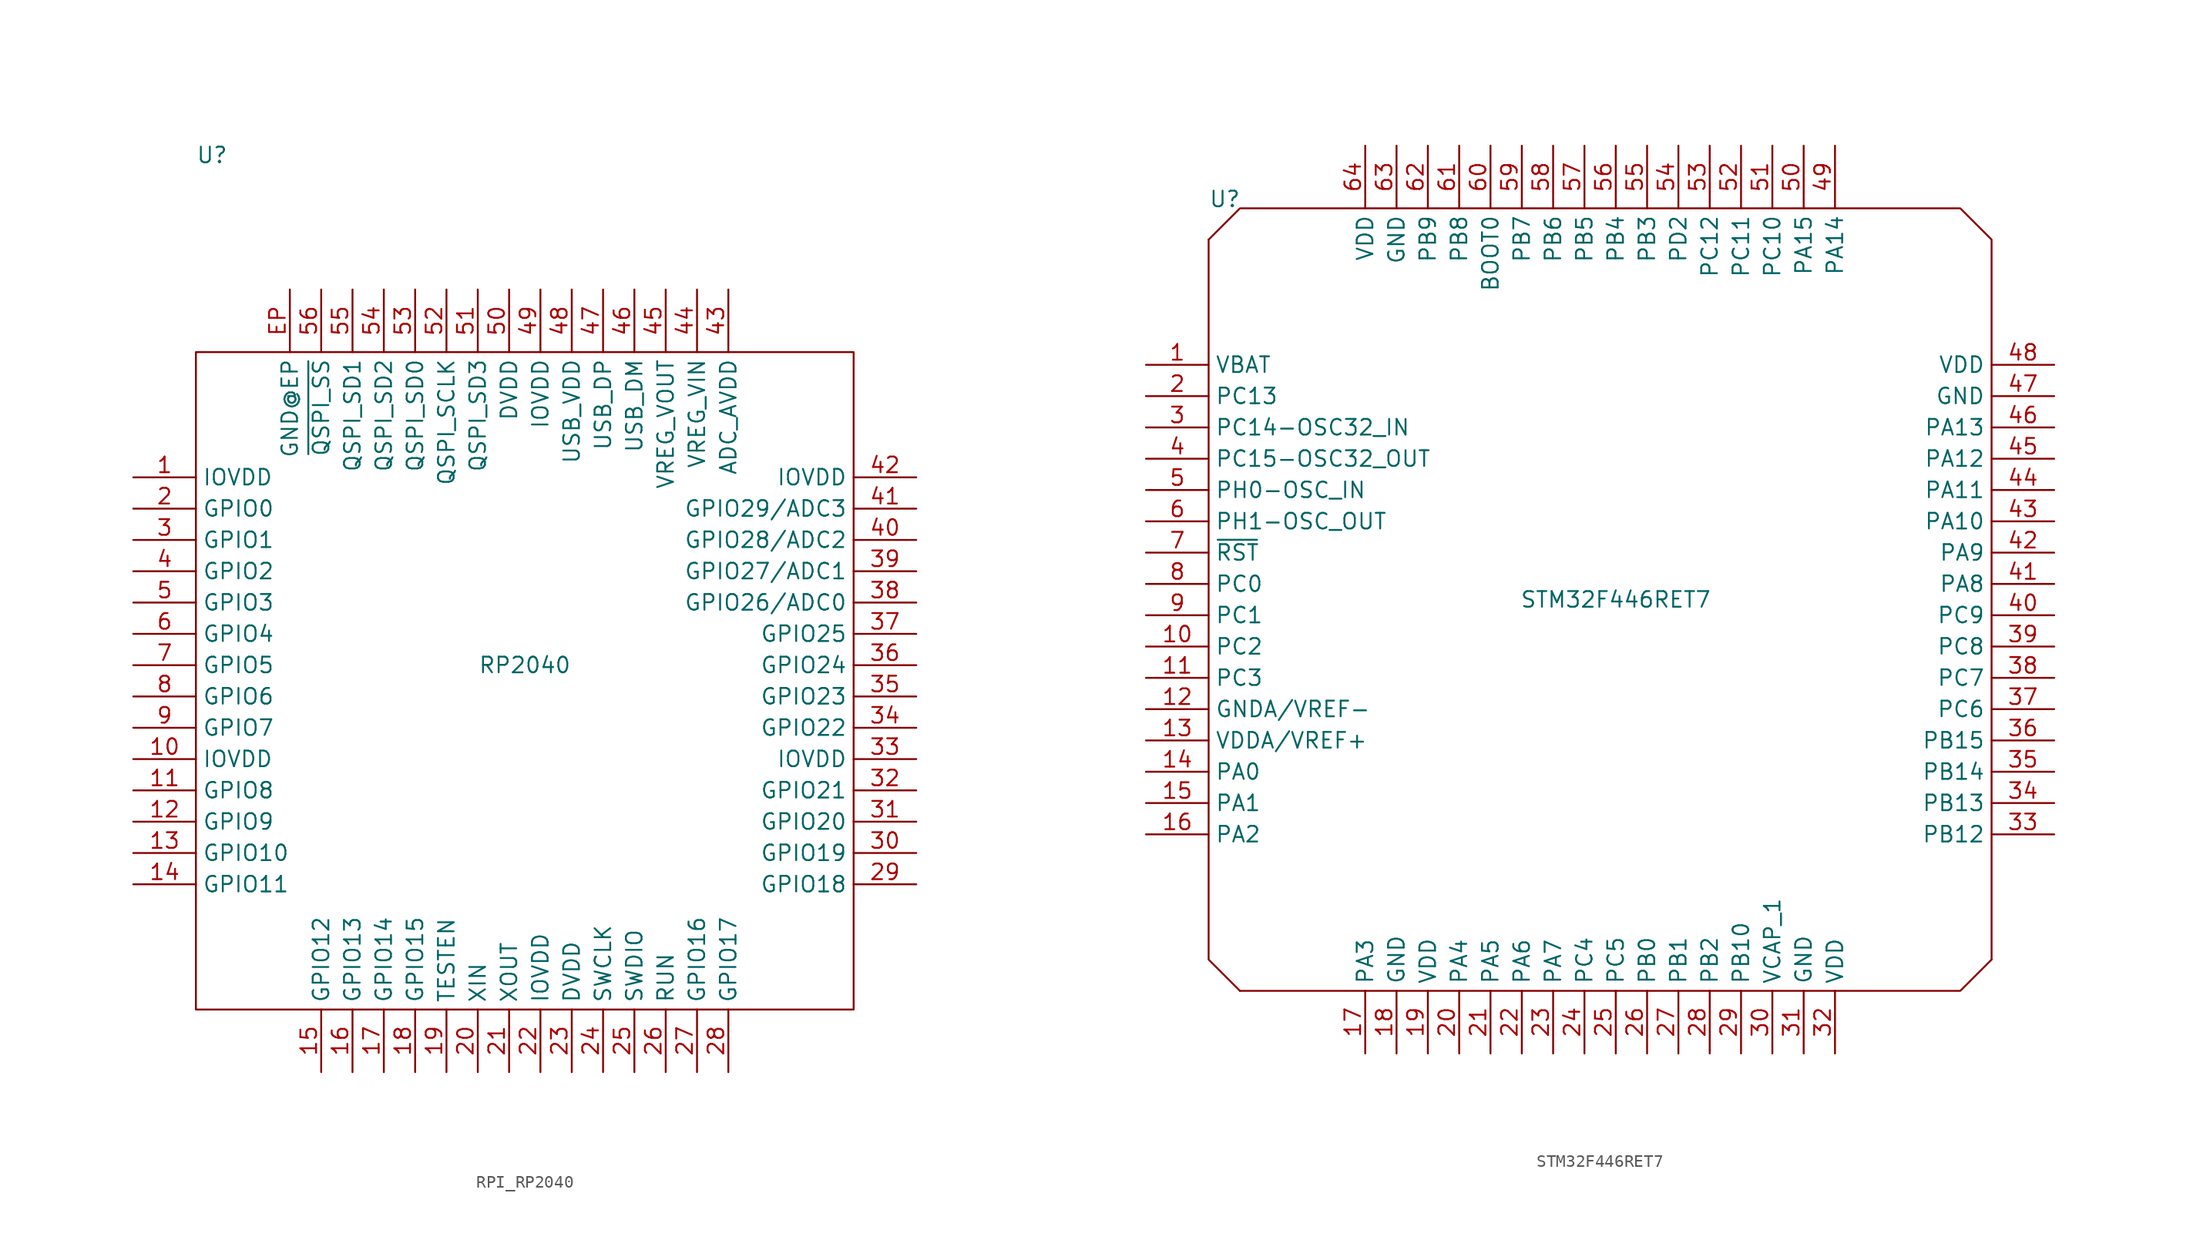
<source format=kicad_sym>
(kicad_symbol_lib
  (version 20220914)
  (generator kicad_symbol_editor)
  (symbol "RPI_RP2040"
    (property "Reference" "U"
      (at 5.08 25.4 0)
      (effects (font (size 1.27 1.27)) (justify left bottom)))
    (property "Value" "RP2040"
      (at 31.75 -15.24 0)
      (effects (font (size 1.27 1.27))))
    (symbol "RPI_RP2040_0_1"
      (rectangle (start 5.08 10.16) (end 58.42 -43.18) (stroke (width 0) (type default)) (fill (type none))))
    (symbol "RPI_RP2040_1_1"
      (pin power_in line (at 0 0 0) (length 5.08) (name "IOVDD" (effects (font (size 1.27 1.27)))) (number "1" (effects (font (size 1.27 1.27)))))
      (pin power_in line (at 0 -22.86 0) (length 5.08) (name "IOVDD" (effects (font (size 1.27 1.27)))) (number "10" (effects (font (size 1.27 1.27)))))
      (pin bidirectional line (at 0 -25.4 0) (length 5.08) (name "GPIO8" (effects (font (size 1.27 1.27)))) (number "11" (effects (font (size 1.27 1.27)))))
      (pin bidirectional line (at 0 -27.94 0) (length 5.08) (name "GPIO9" (effects (font (size 1.27 1.27)))) (number "12" (effects (font (size 1.27 1.27)))))
      (pin bidirectional line (at 0 -30.48 0) (length 5.08) (name "GPIO10" (effects (font (size 1.27 1.27)))) (number "13" (effects (font (size 1.27 1.27)))))
      (pin bidirectional line (at 0 -33.02 0) (length 5.08) (name "GPIO11" (effects (font (size 1.27 1.27)))) (number "14" (effects (font (size 1.27 1.27)))))
      (pin bidirectional line (at 15.24 -48.26 90) (length 5.08) (name "GPIO12" (effects (font (size 1.27 1.27)))) (number "15" (effects (font (size 1.27 1.27)))))
      (pin bidirectional line (at 17.78 -48.26 90) (length 5.08) (name "GPIO13" (effects (font (size 1.27 1.27)))) (number "16" (effects (font (size 1.27 1.27)))))
      (pin bidirectional line (at 20.32 -48.26 90) (length 5.08) (name "GPIO14" (effects (font (size 1.27 1.27)))) (number "17" (effects (font (size 1.27 1.27)))))
      (pin power_in line (at 22.86 -48.26 90) (length 5.08) (name "GPIO15" (effects (font (size 1.27 1.27)))) (number "18" (effects (font (size 1.27 1.27)))))
      (pin input line (at 25.4 -48.26 90) (length 5.08) (name "TESTEN" (effects (font (size 1.27 1.27)))) (number "19" (effects (font (size 1.27 1.27)))))
      (pin bidirectional line (at 0 -2.54 0) (length 5.08) (name "GPIO0" (effects (font (size 1.27 1.27)))) (number "2" (effects (font (size 1.27 1.27)))))
      (pin input line (at 27.94 -48.26 90) (length 5.08) (name "XIN" (effects (font (size 1.27 1.27)))) (number "20" (effects (font (size 1.27 1.27)))))
      (pin output line (at 30.48 -48.26 90) (length 5.08) (name "XOUT" (effects (font (size 1.27 1.27)))) (number "21" (effects (font (size 1.27 1.27)))))
      (pin power_in line (at 33.02 -48.26 90) (length 5.08) (name "IOVDD" (effects (font (size 1.27 1.27)))) (number "22" (effects (font (size 1.27 1.27)))))
      (pin power_in line (at 35.56 -48.26 90) (length 5.08) (name "DVDD" (effects (font (size 1.27 1.27)))) (number "23" (effects (font (size 1.27 1.27)))))
      (pin input line (at 38.1 -48.26 90) (length 5.08) (name "SWCLK" (effects (font (size 1.27 1.27)))) (number "24" (effects (font (size 1.27 1.27)))))
      (pin bidirectional line (at 40.64 -48.26 90) (length 5.08) (name "SWDIO" (effects (font (size 1.27 1.27)))) (number "25" (effects (font (size 1.27 1.27)))))
      (pin input line (at 43.18 -48.26 90) (length 5.08) (name "RUN" (effects (font (size 1.27 1.27)))) (number "26" (effects (font (size 1.27 1.27)))))
      (pin bidirectional line (at 45.72 -48.26 90) (length 5.08) (name "GPIO16" (effects (font (size 1.27 1.27)))) (number "27" (effects (font (size 1.27 1.27)))))
      (pin bidirectional line (at 48.26 -48.26 90) (length 5.08) (name "GPIO17" (effects (font (size 1.27 1.27)))) (number "28" (effects (font (size 1.27 1.27)))))
      (pin bidirectional line (at 63.5 -33.02 180) (length 5.08) (name "GPIO18" (effects (font (size 1.27 1.27)))) (number "29" (effects (font (size 1.27 1.27)))))
      (pin bidirectional line (at 0 -5.08 0) (length 5.08) (name "GPIO1" (effects (font (size 1.27 1.27)))) (number "3" (effects (font (size 1.27 1.27)))))
      (pin bidirectional line (at 63.5 -30.48 180) (length 5.08) (name "GPIO19" (effects (font (size 1.27 1.27)))) (number "30" (effects (font (size 1.27 1.27)))))
      (pin bidirectional line (at 63.5 -27.94 180) (length 5.08) (name "GPIO20" (effects (font (size 1.27 1.27)))) (number "31" (effects (font (size 1.27 1.27)))))
      (pin bidirectional line (at 63.5 -25.4 180) (length 5.08) (name "GPIO21" (effects (font (size 1.27 1.27)))) (number "32" (effects (font (size 1.27 1.27)))))
      (pin power_in line (at 63.5 -22.86 180) (length 5.08) (name "IOVDD" (effects (font (size 1.27 1.27)))) (number "33" (effects (font (size 1.27 1.27)))))
      (pin bidirectional line (at 63.5 -20.32 180) (length 5.08) (name "GPIO22" (effects (font (size 1.27 1.27)))) (number "34" (effects (font (size 1.27 1.27)))))
      (pin bidirectional line (at 63.5 -17.78 180) (length 5.08) (name "GPIO23" (effects (font (size 1.27 1.27)))) (number "35" (effects (font (size 1.27 1.27)))))
      (pin bidirectional line (at 63.5 -15.24 180) (length 5.08) (name "GPIO24" (effects (font (size 1.27 1.27)))) (number "36" (effects (font (size 1.27 1.27)))))
      (pin bidirectional line (at 63.5 -12.7 180) (length 5.08) (name "GPIO25" (effects (font (size 1.27 1.27)))) (number "37" (effects (font (size 1.27 1.27)))))
      (pin bidirectional line (at 63.5 -10.16 180) (length 5.08) (name "GPIO26/ADC0" (effects (font (size 1.27 1.27)))) (number "38" (effects (font (size 1.27 1.27)))))
      (pin bidirectional line (at 63.5 -7.62 180) (length 5.08) (name "GPIO27/ADC1" (effects (font (size 1.27 1.27)))) (number "39" (effects (font (size 1.27 1.27)))))
      (pin bidirectional line (at 0 -7.62 0) (length 5.08) (name "GPIO2" (effects (font (size 1.27 1.27)))) (number "4" (effects (font (size 1.27 1.27)))))
      (pin bidirectional line (at 63.5 -5.08 180) (length 5.08) (name "GPIO28/ADC2" (effects (font (size 1.27 1.27)))) (number "40" (effects (font (size 1.27 1.27)))))
      (pin bidirectional line (at 63.5 -2.54 180) (length 5.08) (name "GPIO29/ADC3" (effects (font (size 1.27 1.27)))) (number "41" (effects (font (size 1.27 1.27)))))
      (pin power_in line (at 63.5 0 180) (length 5.08) (name "IOVDD" (effects (font (size 1.27 1.27)))) (number "42" (effects (font (size 1.27 1.27)))))
      (pin power_in line (at 48.26 15.24 270) (length 5.08) (name "ADC_AVDD" (effects (font (size 1.27 1.27)))) (number "43" (effects (font (size 1.27 1.27)))))
      (pin power_in line (at 45.72 15.24 270) (length 5.08) (name "VREG_VIN" (effects (font (size 1.27 1.27)))) (number "44" (effects (font (size 1.27 1.27)))))
      (pin power_out line (at 43.18 15.24 270) (length 5.08) (name "VREG_VOUT" (effects (font (size 1.27 1.27)))) (number "45" (effects (font (size 1.27 1.27)))))
      (pin bidirectional line (at 40.64 15.24 270) (length 5.08) (name "USB_DM" (effects (font (size 1.27 1.27)))) (number "46" (effects (font (size 1.27 1.27)))))
      (pin bidirectional line (at 38.1 15.24 270) (length 5.08) (name "USB_DP" (effects (font (size 1.27 1.27)))) (number "47" (effects (font (size 1.27 1.27)))))
      (pin power_in line (at 35.56 15.24 270) (length 5.08) (name "USB_VDD" (effects (font (size 1.27 1.27)))) (number "48" (effects (font (size 1.27 1.27)))))
      (pin power_in line (at 33.02 15.24 270) (length 5.08) (name "IOVDD" (effects (font (size 1.27 1.27)))) (number "49" (effects (font (size 1.27 1.27)))))
      (pin bidirectional line (at 0 -10.16 0) (length 5.08) (name "GPIO3" (effects (font (size 1.27 1.27)))) (number "5" (effects (font (size 1.27 1.27)))))
      (pin power_in line (at 30.48 15.24 270) (length 5.08) (name "DVDD" (effects (font (size 1.27 1.27)))) (number "50" (effects (font (size 1.27 1.27)))))
      (pin bidirectional line (at 27.94 15.24 270) (length 5.08) (name "QSPI_SD3" (effects (font (size 1.27 1.27)))) (number "51" (effects (font (size 1.27 1.27)))))
      (pin bidirectional line (at 25.4 15.24 270) (length 5.08) (name "QSPI_SCLK" (effects (font (size 1.27 1.27)))) (number "52" (effects (font (size 1.27 1.27)))))
      (pin bidirectional line (at 22.86 15.24 270) (length 5.08) (name "QSPI_SD0" (effects (font (size 1.27 1.27)))) (number "53" (effects (font (size 1.27 1.27)))))
      (pin bidirectional line (at 20.32 15.24 270) (length 5.08) (name "QSPI_SD2" (effects (font (size 1.27 1.27)))) (number "54" (effects (font (size 1.27 1.27)))))
      (pin bidirectional line (at 17.78 15.24 270) (length 5.08) (name "QSPI_SD1" (effects (font (size 1.27 1.27)))) (number "55" (effects (font (size 1.27 1.27)))))
      (pin bidirectional line (at 15.24 15.24 270) (length 5.08) (name "~{QSPI_SS}" (effects (font (size 1.27 1.27)))) (number "56" (effects (font (size 1.27 1.27)))))
      (pin bidirectional line (at 0 -12.7 0) (length 5.08) (name "GPIO4" (effects (font (size 1.27 1.27)))) (number "6" (effects (font (size 1.27 1.27)))))
      (pin bidirectional line (at 0 -15.24 0) (length 5.08) (name "GPIO5" (effects (font (size 1.27 1.27)))) (number "7" (effects (font (size 1.27 1.27)))))
      (pin bidirectional line (at 0 -17.78 0) (length 5.08) (name "GPIO6" (effects (font (size 1.27 1.27)))) (number "8" (effects (font (size 1.27 1.27)))))
      (pin bidirectional line (at 0 -20.32 0) (length 5.08) (name "GPIO7" (effects (font (size 1.27 1.27)))) (number "9" (effects (font (size 1.27 1.27)))))
      (pin power_in line (at 12.7 15.24 270) (length 5.08) (name "GND@EP" (effects (font (size 1.27 1.27)))) (number "EP" (effects (font (size 1.27 1.27)))))))
  (symbol "STM32F446RET7"
    (property "Reference" "U"
      (at 5.08 12.7 0)
      (effects (font (size 1.27 1.27)) (justify left bottom)))
    (property "Value" "STM32F446RET7"
      (at 38.1 -19.05 0)
      (effects (font (size 1.27 1.27))))
    (symbol "STM32F446RET7_0_1"
      (polyline (pts (xy 7.62 -50.8) (xy 17.78 -50.8)) (stroke (width 0.152) (type default)) (fill (type none)))
      (polyline (pts (xy 5.08 10.16) (xy 5.08 -48.26) (xy 7.62 -50.8)) (stroke (width 0.152) (type default)) (fill (type none)))
      (polyline (pts (xy 17.78 -50.8) (xy 58.42 -50.8) (xy 66.04 -50.8) (xy 68.58 -48.26)) (stroke (width 0.152) (type default)) (fill (type none)))
      (polyline (pts (xy 68.58 -48.26) (xy 68.58 10.16) (xy 66.04 12.7) (xy 7.62 12.7) (xy 5.08 10.16)) (stroke (width 0.152) (type default)) (fill (type none))))
    (symbol "STM32F446RET7_1_1"
      (pin power_in line (at 0 0 0) (length 5.08) (name "VBAT" (effects (font (size 1.27 1.27)))) (number "1" (effects (font (size 1.27 1.27)))))
      (pin bidirectional line (at 0 -22.86 0) (length 5.08) (name "PC2" (effects (font (size 1.27 1.27)))) (number "10" (effects (font (size 1.27 1.27)))))
      (pin bidirectional line (at 0 -25.4 0) (length 5.08) (name "PC3" (effects (font (size 1.27 1.27)))) (number "11" (effects (font (size 1.27 1.27)))))
      (pin power_in line (at 0 -27.94 0) (length 5.08) (name "GNDA/VREF-" (effects (font (size 1.27 1.27)))) (number "12" (effects (font (size 1.27 1.27)))))
      (pin power_in line (at 0 -30.48 0) (length 5.08) (name "VDDA/VREF+" (effects (font (size 1.27 1.27)))) (number "13" (effects (font (size 1.27 1.27)))))
      (pin bidirectional line (at 0 -33.02 0) (length 5.08) (name "PA0" (effects (font (size 1.27 1.27)))) (number "14" (effects (font (size 1.27 1.27)))))
      (pin bidirectional line (at 0 -35.56 0) (length 5.08) (name "PA1" (effects (font (size 1.27 1.27)))) (number "15" (effects (font (size 1.27 1.27)))))
      (pin bidirectional line (at 0 -38.1 0) (length 5.08) (name "PA2" (effects (font (size 1.27 1.27)))) (number "16" (effects (font (size 1.27 1.27)))))
      (pin bidirectional line (at 17.78 -55.88 90) (length 5.08) (name "PA3" (effects (font (size 1.27 1.27)))) (number "17" (effects (font (size 1.27 1.27)))))
      (pin power_in line (at 20.32 -55.88 90) (length 5.08) (name "GND" (effects (font (size 1.27 1.27)))) (number "18" (effects (font (size 1.27 1.27)))))
      (pin power_in line (at 22.86 -55.88 90) (length 5.08) (name "VDD" (effects (font (size 1.27 1.27)))) (number "19" (effects (font (size 1.27 1.27)))))
      (pin bidirectional line (at 0 -2.54 0) (length 5.08) (name "PC13" (effects (font (size 1.27 1.27)))) (number "2" (effects (font (size 1.27 1.27)))))
      (pin bidirectional line (at 25.4 -55.88 90) (length 5.08) (name "PA4" (effects (font (size 1.27 1.27)))) (number "20" (effects (font (size 1.27 1.27)))))
      (pin bidirectional line (at 27.94 -55.88 90) (length 5.08) (name "PA5" (effects (font (size 1.27 1.27)))) (number "21" (effects (font (size 1.27 1.27)))))
      (pin bidirectional line (at 30.48 -55.88 90) (length 5.08) (name "PA6" (effects (font (size 1.27 1.27)))) (number "22" (effects (font (size 1.27 1.27)))))
      (pin bidirectional line (at 33.02 -55.88 90) (length 5.08) (name "PA7" (effects (font (size 1.27 1.27)))) (number "23" (effects (font (size 1.27 1.27)))))
      (pin bidirectional line (at 35.56 -55.88 90) (length 5.08) (name "PC4" (effects (font (size 1.27 1.27)))) (number "24" (effects (font (size 1.27 1.27)))))
      (pin bidirectional line (at 38.1 -55.88 90) (length 5.08) (name "PC5" (effects (font (size 1.27 1.27)))) (number "25" (effects (font (size 1.27 1.27)))))
      (pin bidirectional line (at 40.64 -55.88 90) (length 5.08) (name "PB0" (effects (font (size 1.27 1.27)))) (number "26" (effects (font (size 1.27 1.27)))))
      (pin bidirectional line (at 43.18 -55.88 90) (length 5.08) (name "PB1" (effects (font (size 1.27 1.27)))) (number "27" (effects (font (size 1.27 1.27)))))
      (pin bidirectional line (at 45.72 -55.88 90) (length 5.08) (name "PB2" (effects (font (size 1.27 1.27)))) (number "28" (effects (font (size 1.27 1.27)))))
      (pin bidirectional line (at 48.26 -55.88 90) (length 5.08) (name "PB10" (effects (font (size 1.27 1.27)))) (number "29" (effects (font (size 1.27 1.27)))))
      (pin bidirectional line (at 0 -5.08 0) (length 5.08) (name "PC14-OSC32_IN" (effects (font (size 1.27 1.27)))) (number "3" (effects (font (size 1.27 1.27)))))
      (pin power_in line (at 50.8 -55.88 90) (length 5.08) (name "VCAP_1" (effects (font (size 1.27 1.27)))) (number "30" (effects (font (size 1.27 1.27)))))
      (pin power_in line (at 53.34 -55.88 90) (length 5.08) (name "GND" (effects (font (size 1.27 1.27)))) (number "31" (effects (font (size 1.27 1.27)))))
      (pin power_in line (at 55.88 -55.88 90) (length 5.08) (name "VDD" (effects (font (size 1.27 1.27)))) (number "32" (effects (font (size 1.27 1.27)))))
      (pin bidirectional line (at 73.66 -38.1 180) (length 5.08) (name "PB12" (effects (font (size 1.27 1.27)))) (number "33" (effects (font (size 1.27 1.27)))))
      (pin bidirectional line (at 73.66 -35.56 180) (length 5.08) (name "PB13" (effects (font (size 1.27 1.27)))) (number "34" (effects (font (size 1.27 1.27)))))
      (pin bidirectional line (at 73.66 -33.02 180) (length 5.08) (name "PB14" (effects (font (size 1.27 1.27)))) (number "35" (effects (font (size 1.27 1.27)))))
      (pin bidirectional line (at 73.66 -30.48 180) (length 5.08) (name "PB15" (effects (font (size 1.27 1.27)))) (number "36" (effects (font (size 1.27 1.27)))))
      (pin bidirectional line (at 73.66 -27.94 180) (length 5.08) (name "PC6" (effects (font (size 1.27 1.27)))) (number "37" (effects (font (size 1.27 1.27)))))
      (pin bidirectional line (at 73.66 -25.4 180) (length 5.08) (name "PC7" (effects (font (size 1.27 1.27)))) (number "38" (effects (font (size 1.27 1.27)))))
      (pin bidirectional line (at 73.66 -22.86 180) (length 5.08) (name "PC8" (effects (font (size 1.27 1.27)))) (number "39" (effects (font (size 1.27 1.27)))))
      (pin bidirectional line (at 0 -7.62 0) (length 5.08) (name "PC15-OSC32_OUT" (effects (font (size 1.27 1.27)))) (number "4" (effects (font (size 1.27 1.27)))))
      (pin bidirectional line (at 73.66 -20.32 180) (length 5.08) (name "PC9" (effects (font (size 1.27 1.27)))) (number "40" (effects (font (size 1.27 1.27)))))
      (pin bidirectional line (at 73.66 -17.78 180) (length 5.08) (name "PA8" (effects (font (size 1.27 1.27)))) (number "41" (effects (font (size 1.27 1.27)))))
      (pin bidirectional line (at 73.66 -15.24 180) (length 5.08) (name "PA9" (effects (font (size 1.27 1.27)))) (number "42" (effects (font (size 1.27 1.27)))))
      (pin bidirectional line (at 73.66 -12.7 180) (length 5.08) (name "PA10" (effects (font (size 1.27 1.27)))) (number "43" (effects (font (size 1.27 1.27)))))
      (pin bidirectional line (at 73.66 -10.16 180) (length 5.08) (name "PA11" (effects (font (size 1.27 1.27)))) (number "44" (effects (font (size 1.27 1.27)))))
      (pin bidirectional line (at 73.66 -7.62 180) (length 5.08) (name "PA12" (effects (font (size 1.27 1.27)))) (number "45" (effects (font (size 1.27 1.27)))))
      (pin bidirectional line (at 73.66 -5.08 180) (length 5.08) (name "PA13" (effects (font (size 1.27 1.27)))) (number "46" (effects (font (size 1.27 1.27)))))
      (pin power_in line (at 73.66 -2.54 180) (length 5.08) (name "GND" (effects (font (size 1.27 1.27)))) (number "47" (effects (font (size 1.27 1.27)))))
      (pin power_in line (at 73.66 0 180) (length 5.08) (name "VDD" (effects (font (size 1.27 1.27)))) (number "48" (effects (font (size 1.27 1.27)))))
      (pin bidirectional line (at 55.88 17.78 270) (length 5.08) (name "PA14" (effects (font (size 1.27 1.27)))) (number "49" (effects (font (size 1.27 1.27)))))
      (pin bidirectional line (at 0 -10.16 0) (length 5.08) (name "PH0-OSC_IN" (effects (font (size 1.27 1.27)))) (number "5" (effects (font (size 1.27 1.27)))))
      (pin bidirectional line (at 53.34 17.78 270) (length 5.08) (name "PA15" (effects (font (size 1.27 1.27)))) (number "50" (effects (font (size 1.27 1.27)))))
      (pin bidirectional line (at 50.8 17.78 270) (length 5.08) (name "PC10" (effects (font (size 1.27 1.27)))) (number "51" (effects (font (size 1.27 1.27)))))
      (pin bidirectional line (at 48.26 17.78 270) (length 5.08) (name "PC11" (effects (font (size 1.27 1.27)))) (number "52" (effects (font (size 1.27 1.27)))))
      (pin bidirectional line (at 45.72 17.78 270) (length 5.08) (name "PC12" (effects (font (size 1.27 1.27)))) (number "53" (effects (font (size 1.27 1.27)))))
      (pin bidirectional line (at 43.18 17.78 270) (length 5.08) (name "PD2" (effects (font (size 1.27 1.27)))) (number "54" (effects (font (size 1.27 1.27)))))
      (pin bidirectional line (at 40.64 17.78 270) (length 5.08) (name "PB3" (effects (font (size 1.27 1.27)))) (number "55" (effects (font (size 1.27 1.27)))))
      (pin bidirectional line (at 38.1 17.78 270) (length 5.08) (name "PB4" (effects (font (size 1.27 1.27)))) (number "56" (effects (font (size 1.27 1.27)))))
      (pin bidirectional line (at 35.56 17.78 270) (length 5.08) (name "PB5" (effects (font (size 1.27 1.27)))) (number "57" (effects (font (size 1.27 1.27)))))
      (pin bidirectional line (at 33.02 17.78 270) (length 5.08) (name "PB6" (effects (font (size 1.27 1.27)))) (number "58" (effects (font (size 1.27 1.27)))))
      (pin bidirectional line (at 30.48 17.78 270) (length 5.08) (name "PB7" (effects (font (size 1.27 1.27)))) (number "59" (effects (font (size 1.27 1.27)))))
      (pin bidirectional line (at 0 -12.7 0) (length 5.08) (name "PH1-OSC_OUT" (effects (font (size 1.27 1.27)))) (number "6" (effects (font (size 1.27 1.27)))))
      (pin bidirectional line (at 27.94 17.78 270) (length 5.08) (name "BOOT0" (effects (font (size 1.27 1.27)))) (number "60" (effects (font (size 1.27 1.27)))))
      (pin bidirectional line (at 25.4 17.78 270) (length 5.08) (name "PB8" (effects (font (size 1.27 1.27)))) (number "61" (effects (font (size 1.27 1.27)))))
      (pin bidirectional line (at 22.86 17.78 270) (length 5.08) (name "PB9" (effects (font (size 1.27 1.27)))) (number "62" (effects (font (size 1.27 1.27)))))
      (pin power_in line (at 20.32 17.78 270) (length 5.08) (name "GND" (effects (font (size 1.27 1.27)))) (number "63" (effects (font (size 1.27 1.27)))))
      (pin power_in line (at 17.78 17.78 270) (length 5.08) (name "VDD" (effects (font (size 1.27 1.27)))) (number "64" (effects (font (size 1.27 1.27)))))
      (pin input line (at 0 -15.24 0) (length 5.08) (name "~{RST}" (effects (font (size 1.27 1.27)))) (number "7" (effects (font (size 1.27 1.27)))))
      (pin bidirectional line (at 0 -17.78 0) (length 5.08) (name "PC0" (effects (font (size 1.27 1.27)))) (number "8" (effects (font (size 1.27 1.27)))))
      (pin bidirectional line (at 0 -20.32 0) (length 5.08) (name "PC1" (effects (font (size 1.27 1.27)))) (number "9" (effects (font (size 1.27 1.27))))))))
</source>
